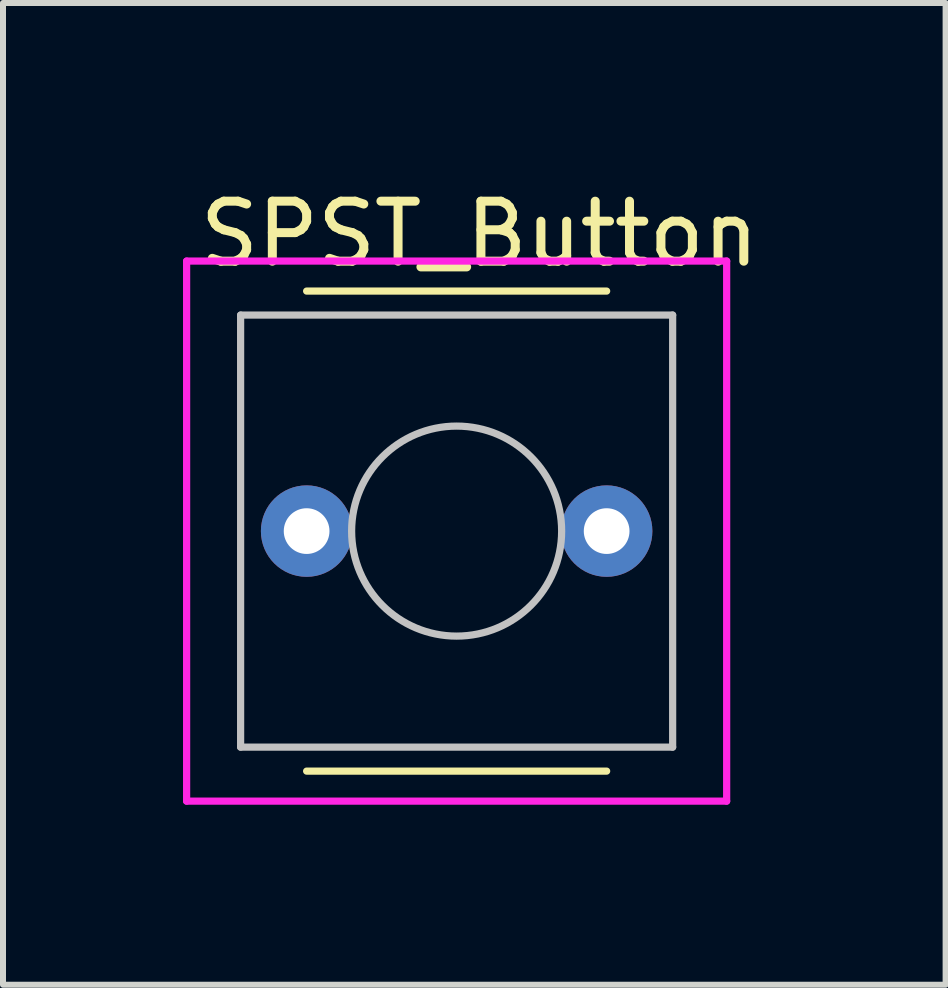
<source format=kicad_pcb>
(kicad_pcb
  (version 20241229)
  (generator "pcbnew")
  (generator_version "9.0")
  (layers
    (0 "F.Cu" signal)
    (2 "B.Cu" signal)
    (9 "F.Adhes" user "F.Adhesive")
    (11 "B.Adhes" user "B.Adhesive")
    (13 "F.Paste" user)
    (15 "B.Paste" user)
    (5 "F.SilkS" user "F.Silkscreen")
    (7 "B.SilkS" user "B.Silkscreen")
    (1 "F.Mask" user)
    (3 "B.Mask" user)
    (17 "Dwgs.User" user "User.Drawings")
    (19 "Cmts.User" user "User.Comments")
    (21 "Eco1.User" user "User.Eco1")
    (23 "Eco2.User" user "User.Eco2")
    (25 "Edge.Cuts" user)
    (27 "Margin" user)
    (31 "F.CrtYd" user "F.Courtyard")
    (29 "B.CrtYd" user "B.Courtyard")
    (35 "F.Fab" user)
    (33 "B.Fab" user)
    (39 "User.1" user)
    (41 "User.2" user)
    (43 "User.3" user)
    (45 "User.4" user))
  (footprint "SPST_Button"
    (layer "F.Cu")
    (at 4.56 5.801)
    (property "Reference" "SPST_Button" (at 0.381 -4.953 0) (layer "F.SilkS") (effects (font (size 1 1) (thickness 0.15))))
    (attr through_hole)
    (fp_line (start -2.5 -4) (end 2.5 -4) (stroke (width 0.12) (type solid)) (layer "F.SilkS"))
    (fp_line (start -2.5 4) (end 2.5 4) (stroke (width 0.12) (type solid)) (layer "F.SilkS"))
    (fp_line (start -3.6 -3.6) (end 3.6 -3.6) (stroke (width 0.12) (type solid)) (layer "Dwgs.User"))
    (fp_line (start -3.6 3.6) (end -3.6 -3.6) (stroke (width 0.12) (type solid)) (layer "Dwgs.User"))
    (fp_line (start 3.6 -3.6) (end 3.6 3.6) (stroke (width 0.12) (type solid)) (layer "Dwgs.User"))
    (fp_line (start 3.6 3.6) (end -3.6 3.6) (stroke (width 0.12) (type solid)) (layer "Dwgs.User"))
    (fp_circle (center 0 0) (end 1.75 0) (stroke (width 0.12) (type solid)) (fill no) (layer "Dwgs.User"))
    (fp_line (start -4.5 -4.5) (end 4.5 -4.5) (stroke (width 0.12) (type solid)) (layer "F.CrtYd"))
    (fp_line (start -4.5 4.5) (end -4.5 -4.5) (stroke (width 0.12) (type solid)) (layer "F.CrtYd"))
    (fp_line (start 4.5 -4.5) (end 4.5 4.5) (stroke (width 0.12) (type solid)) (layer "F.CrtYd"))
    (fp_line (start 4.5 4.5) (end -4.5 4.5) (stroke (width 0.12) (type solid)) (layer "F.CrtYd"))
    (pad "1" thru_hole circle (at 2.5 0) (size 1.524 1.524) (drill 0.762) (layers "*.Cu" "*.Mask"))
    (pad "2" thru_hole circle (at -2.5 0) (size 1.524 1.524) (drill 0.762) (layers "*.Cu" "*.Mask")))
  (gr_rect
    (start -3 -3)
    (end 12.709 13.361)
    (stroke (width 0.1) (type default))
    (fill no)
    (layer "Edge.Cuts")))
</source>
